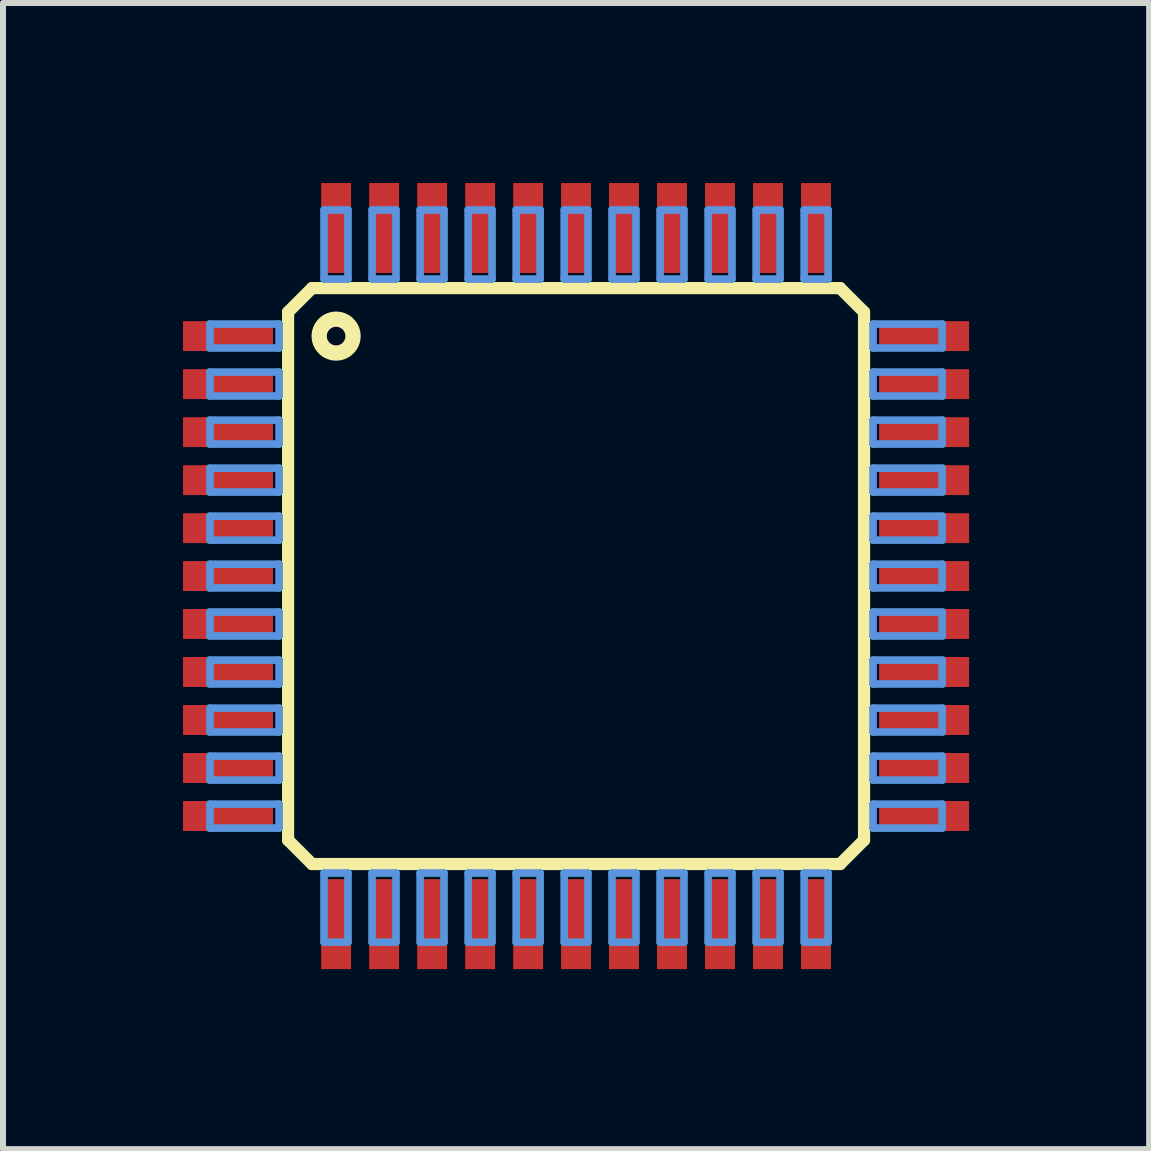
<source format=kicad_pcb>
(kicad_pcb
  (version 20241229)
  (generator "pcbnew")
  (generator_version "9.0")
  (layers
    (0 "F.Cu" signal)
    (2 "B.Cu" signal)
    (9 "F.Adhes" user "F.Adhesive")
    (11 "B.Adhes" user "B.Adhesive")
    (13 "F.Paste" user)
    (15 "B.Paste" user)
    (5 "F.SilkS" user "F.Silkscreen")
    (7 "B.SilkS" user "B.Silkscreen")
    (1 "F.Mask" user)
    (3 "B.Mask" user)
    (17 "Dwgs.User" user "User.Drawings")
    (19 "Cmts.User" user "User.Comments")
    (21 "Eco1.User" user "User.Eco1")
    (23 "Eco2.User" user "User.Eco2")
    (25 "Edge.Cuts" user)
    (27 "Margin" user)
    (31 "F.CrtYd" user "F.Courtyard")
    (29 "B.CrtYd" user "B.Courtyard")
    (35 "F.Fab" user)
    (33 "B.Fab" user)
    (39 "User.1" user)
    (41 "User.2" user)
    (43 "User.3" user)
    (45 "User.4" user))
  (footprint "TQFP-44"
    (layer "F.Cu")
    (at 6.548 6.548)
    (property "Reference" "TQFP-44" (at -3.251 -2.591 0) (layer "Eco1.User") (effects (font (size 0.406 0.406) (thickness 0.03))))
    (attr through_hole)
    (fp_line (start -4.798 -4.399) (end -4.399 -4.798) (stroke (width 0.203) (type solid)) (layer "F.SilkS"))
    (fp_line (start -4.798 4.399) (end -4.798 -4.399) (stroke (width 0.203) (type solid)) (layer "F.SilkS"))
    (fp_line (start -4.399 -4.798) (end 4.399 -4.798) (stroke (width 0.203) (type solid)) (layer "F.SilkS"))
    (fp_line (start -4.399 4.798) (end -4.798 4.399) (stroke (width 0.203) (type solid)) (layer "F.SilkS"))
    (fp_line (start 4.399 -4.798) (end 4.798 -4.399) (stroke (width 0.203) (type solid)) (layer "F.SilkS"))
    (fp_line (start 4.399 4.798) (end -4.399 4.798) (stroke (width 0.203) (type solid)) (layer "F.SilkS"))
    (fp_line (start 4.798 -4.399) (end 4.798 4.399) (stroke (width 0.203) (type solid)) (layer "F.SilkS"))
    (fp_line (start 4.798 4.399) (end 4.399 4.798) (stroke (width 0.203) (type solid)) (layer "F.SilkS"))
    (fp_circle (center -3.998 -3.998) (end -3.716 -3.998) (stroke (width 0.254) (type solid)) (fill no) (layer "F.SilkS"))
    (fp_line (start -6.099 -4.199) (end -6.099 -3.8) (stroke (width 0.127) (type solid)) (layer "Cmts.User"))
    (fp_line (start -6.099 -3.8) (end -4.948 -3.8) (stroke (width 0.127) (type solid)) (layer "Cmts.User"))
    (fp_line (start -6.099 -3.399) (end -6.099 -3) (stroke (width 0.127) (type solid)) (layer "Cmts.User"))
    (fp_line (start -6.099 -3) (end -4.948 -3) (stroke (width 0.127) (type solid)) (layer "Cmts.User"))
    (fp_line (start -6.099 -2.598) (end -6.099 -2.2) (stroke (width 0.127) (type solid)) (layer "Cmts.User"))
    (fp_line (start -6.099 -2.2) (end -4.948 -2.2) (stroke (width 0.127) (type solid)) (layer "Cmts.User"))
    (fp_line (start -6.099 -1.798) (end -6.099 -1.4) (stroke (width 0.127) (type solid)) (layer "Cmts.User"))
    (fp_line (start -6.099 -1.4) (end -4.948 -1.4) (stroke (width 0.127) (type solid)) (layer "Cmts.User"))
    (fp_line (start -6.099 -0.998) (end -6.099 -0.599) (stroke (width 0.127) (type solid)) (layer "Cmts.User"))
    (fp_line (start -6.099 -0.599) (end -4.948 -0.599) (stroke (width 0.127) (type solid)) (layer "Cmts.User"))
    (fp_line (start -6.099 -0.198) (end -6.099 0.198) (stroke (width 0.127) (type solid)) (layer "Cmts.User"))
    (fp_line (start -6.099 0.198) (end -4.948 0.198) (stroke (width 0.127) (type solid)) (layer "Cmts.User"))
    (fp_line (start -6.099 0.599) (end -6.099 0.998) (stroke (width 0.127) (type solid)) (layer "Cmts.User"))
    (fp_line (start -6.099 0.998) (end -4.948 0.998) (stroke (width 0.127) (type solid)) (layer "Cmts.User"))
    (fp_line (start -6.099 1.4) (end -6.099 1.798) (stroke (width 0.127) (type solid)) (layer "Cmts.User"))
    (fp_line (start -6.099 1.798) (end -4.948 1.798) (stroke (width 0.127) (type solid)) (layer "Cmts.User"))
    (fp_line (start -6.099 2.2) (end -6.099 2.598) (stroke (width 0.127) (type solid)) (layer "Cmts.User"))
    (fp_line (start -6.099 2.598) (end -4.948 2.598) (stroke (width 0.127) (type solid)) (layer "Cmts.User"))
    (fp_line (start -6.099 3) (end -6.099 3.399) (stroke (width 0.127) (type solid)) (layer "Cmts.User"))
    (fp_line (start -6.099 3.399) (end -4.948 3.399) (stroke (width 0.127) (type solid)) (layer "Cmts.User"))
    (fp_line (start -6.099 3.8) (end -6.099 4.199) (stroke (width 0.127) (type solid)) (layer "Cmts.User"))
    (fp_line (start -6.099 4.199) (end -4.948 4.199) (stroke (width 0.127) (type solid)) (layer "Cmts.User"))
    (fp_line (start -4.948 -4.199) (end -6.099 -4.199) (stroke (width 0.127) (type solid)) (layer "Cmts.User"))
    (fp_line (start -4.948 -3.8) (end -4.948 -4.199) (stroke (width 0.127) (type solid)) (layer "Cmts.User"))
    (fp_line (start -4.948 -3.399) (end -6.099 -3.399) (stroke (width 0.127) (type solid)) (layer "Cmts.User"))
    (fp_line (start -4.948 -3) (end -4.948 -3.399) (stroke (width 0.127) (type solid)) (layer "Cmts.User"))
    (fp_line (start -4.948 -2.598) (end -6.099 -2.598) (stroke (width 0.127) (type solid)) (layer "Cmts.User"))
    (fp_line (start -4.948 -2.2) (end -4.948 -2.598) (stroke (width 0.127) (type solid)) (layer "Cmts.User"))
    (fp_line (start -4.948 -1.798) (end -6.099 -1.798) (stroke (width 0.127) (type solid)) (layer "Cmts.User"))
    (fp_line (start -4.948 -1.4) (end -4.948 -1.798) (stroke (width 0.127) (type solid)) (layer "Cmts.User"))
    (fp_line (start -4.948 -0.998) (end -6.099 -0.998) (stroke (width 0.127) (type solid)) (layer "Cmts.User"))
    (fp_line (start -4.948 -0.599) (end -4.948 -0.998) (stroke (width 0.127) (type solid)) (layer "Cmts.User"))
    (fp_line (start -4.948 -0.198) (end -6.099 -0.198) (stroke (width 0.127) (type solid)) (layer "Cmts.User"))
    (fp_line (start -4.948 0.198) (end -4.948 -0.198) (stroke (width 0.127) (type solid)) (layer "Cmts.User"))
    (fp_line (start -4.948 0.599) (end -6.099 0.599) (stroke (width 0.127) (type solid)) (layer "Cmts.User"))
    (fp_line (start -4.948 0.998) (end -4.948 0.599) (stroke (width 0.127) (type solid)) (layer "Cmts.User"))
    (fp_line (start -4.948 1.4) (end -6.099 1.4) (stroke (width 0.127) (type solid)) (layer "Cmts.User"))
    (fp_line (start -4.948 1.798) (end -4.948 1.4) (stroke (width 0.127) (type solid)) (layer "Cmts.User"))
    (fp_line (start -4.948 2.2) (end -6.099 2.2) (stroke (width 0.127) (type solid)) (layer "Cmts.User"))
    (fp_line (start -4.948 2.598) (end -4.948 2.2) (stroke (width 0.127) (type solid)) (layer "Cmts.User"))
    (fp_line (start -4.948 3) (end -6.099 3) (stroke (width 0.127) (type solid)) (layer "Cmts.User"))
    (fp_line (start -4.948 3.399) (end -4.948 3) (stroke (width 0.127) (type solid)) (layer "Cmts.User"))
    (fp_line (start -4.948 3.8) (end -6.099 3.8) (stroke (width 0.127) (type solid)) (layer "Cmts.User"))
    (fp_line (start -4.948 4.199) (end -4.948 3.8) (stroke (width 0.127) (type solid)) (layer "Cmts.User"))
    (fp_line (start -4.199 -6.099) (end -4.199 -4.948) (stroke (width 0.127) (type solid)) (layer "Cmts.User"))
    (fp_line (start -4.199 -4.948) (end -3.8 -4.948) (stroke (width 0.127) (type solid)) (layer "Cmts.User"))
    (fp_line (start -4.199 4.948) (end -4.199 6.099) (stroke (width 0.127) (type solid)) (layer "Cmts.User"))
    (fp_line (start -4.199 6.099) (end -3.8 6.099) (stroke (width 0.127) (type solid)) (layer "Cmts.User"))
    (fp_line (start -3.8 -6.099) (end -4.199 -6.099) (stroke (width 0.127) (type solid)) (layer "Cmts.User"))
    (fp_line (start -3.8 -4.948) (end -3.8 -6.099) (stroke (width 0.127) (type solid)) (layer "Cmts.User"))
    (fp_line (start -3.8 4.948) (end -4.199 4.948) (stroke (width 0.127) (type solid)) (layer "Cmts.User"))
    (fp_line (start -3.8 6.099) (end -3.8 4.948) (stroke (width 0.127) (type solid)) (layer "Cmts.User"))
    (fp_line (start -3.399 -6.099) (end -3.399 -4.948) (stroke (width 0.127) (type solid)) (layer "Cmts.User"))
    (fp_line (start -3.399 -4.948) (end -3 -4.948) (stroke (width 0.127) (type solid)) (layer "Cmts.User"))
    (fp_line (start -3.399 4.948) (end -3.399 6.099) (stroke (width 0.127) (type solid)) (layer "Cmts.User"))
    (fp_line (start -3.399 6.099) (end -3 6.099) (stroke (width 0.127) (type solid)) (layer "Cmts.User"))
    (fp_line (start -3 -6.099) (end -3.399 -6.099) (stroke (width 0.127) (type solid)) (layer "Cmts.User"))
    (fp_line (start -3 -4.948) (end -3 -6.099) (stroke (width 0.127) (type solid)) (layer "Cmts.User"))
    (fp_line (start -3 4.948) (end -3.399 4.948) (stroke (width 0.127) (type solid)) (layer "Cmts.User"))
    (fp_line (start -3 6.099) (end -3 4.948) (stroke (width 0.127) (type solid)) (layer "Cmts.User"))
    (fp_line (start -2.598 -6.099) (end -2.598 -4.948) (stroke (width 0.127) (type solid)) (layer "Cmts.User"))
    (fp_line (start -2.598 -4.948) (end -2.2 -4.948) (stroke (width 0.127) (type solid)) (layer "Cmts.User"))
    (fp_line (start -2.598 4.948) (end -2.598 6.099) (stroke (width 0.127) (type solid)) (layer "Cmts.User"))
    (fp_line (start -2.598 6.099) (end -2.2 6.099) (stroke (width 0.127) (type solid)) (layer "Cmts.User"))
    (fp_line (start -2.2 -6.099) (end -2.598 -6.099) (stroke (width 0.127) (type solid)) (layer "Cmts.User"))
    (fp_line (start -2.2 -4.948) (end -2.2 -6.099) (stroke (width 0.127) (type solid)) (layer "Cmts.User"))
    (fp_line (start -2.2 4.948) (end -2.598 4.948) (stroke (width 0.127) (type solid)) (layer "Cmts.User"))
    (fp_line (start -2.2 6.099) (end -2.2 4.948) (stroke (width 0.127) (type solid)) (layer "Cmts.User"))
    (fp_line (start -1.798 -6.099) (end -1.798 -4.948) (stroke (width 0.127) (type solid)) (layer "Cmts.User"))
    (fp_line (start -1.798 -4.948) (end -1.4 -4.948) (stroke (width 0.127) (type solid)) (layer "Cmts.User"))
    (fp_line (start -1.798 4.948) (end -1.798 6.099) (stroke (width 0.127) (type solid)) (layer "Cmts.User"))
    (fp_line (start -1.798 6.099) (end -1.4 6.099) (stroke (width 0.127) (type solid)) (layer "Cmts.User"))
    (fp_line (start -1.4 -6.099) (end -1.798 -6.099) (stroke (width 0.127) (type solid)) (layer "Cmts.User"))
    (fp_line (start -1.4 -4.948) (end -1.4 -6.099) (stroke (width 0.127) (type solid)) (layer "Cmts.User"))
    (fp_line (start -1.4 4.948) (end -1.798 4.948) (stroke (width 0.127) (type solid)) (layer "Cmts.User"))
    (fp_line (start -1.4 6.099) (end -1.4 4.948) (stroke (width 0.127) (type solid)) (layer "Cmts.User"))
    (fp_line (start -0.998 -6.099) (end -0.998 -4.948) (stroke (width 0.127) (type solid)) (layer "Cmts.User"))
    (fp_line (start -0.998 -4.948) (end -0.599 -4.948) (stroke (width 0.127) (type solid)) (layer "Cmts.User"))
    (fp_line (start -0.998 4.948) (end -0.998 6.099) (stroke (width 0.127) (type solid)) (layer "Cmts.User"))
    (fp_line (start -0.998 6.099) (end -0.599 6.099) (stroke (width 0.127) (type solid)) (layer "Cmts.User"))
    (fp_line (start -0.599 -6.099) (end -0.998 -6.099) (stroke (width 0.127) (type solid)) (layer "Cmts.User"))
    (fp_line (start -0.599 -4.948) (end -0.599 -6.099) (stroke (width 0.127) (type solid)) (layer "Cmts.User"))
    (fp_line (start -0.599 4.948) (end -0.998 4.948) (stroke (width 0.127) (type solid)) (layer "Cmts.User"))
    (fp_line (start -0.599 6.099) (end -0.599 4.948) (stroke (width 0.127) (type solid)) (layer "Cmts.User"))
    (fp_line (start -0.198 -6.099) (end -0.198 -4.948) (stroke (width 0.127) (type solid)) (layer "Cmts.User"))
    (fp_line (start -0.198 -4.948) (end 0.198 -4.948) (stroke (width 0.127) (type solid)) (layer "Cmts.User"))
    (fp_line (start -0.198 4.948) (end -0.198 6.099) (stroke (width 0.127) (type solid)) (layer "Cmts.User"))
    (fp_line (start -0.198 6.099) (end 0.198 6.099) (stroke (width 0.127) (type solid)) (layer "Cmts.User"))
    (fp_line (start 0.198 -6.099) (end -0.198 -6.099) (stroke (width 0.127) (type solid)) (layer "Cmts.User"))
    (fp_line (start 0.198 -4.948) (end 0.198 -6.099) (stroke (width 0.127) (type solid)) (layer "Cmts.User"))
    (fp_line (start 0.198 4.948) (end -0.198 4.948) (stroke (width 0.127) (type solid)) (layer "Cmts.User"))
    (fp_line (start 0.198 6.099) (end 0.198 4.948) (stroke (width 0.127) (type solid)) (layer "Cmts.User"))
    (fp_line (start 0.599 -6.099) (end 0.599 -4.948) (stroke (width 0.127) (type solid)) (layer "Cmts.User"))
    (fp_line (start 0.599 -4.948) (end 0.998 -4.948) (stroke (width 0.127) (type solid)) (layer "Cmts.User"))
    (fp_line (start 0.599 4.948) (end 0.599 6.099) (stroke (width 0.127) (type solid)) (layer "Cmts.User"))
    (fp_line (start 0.599 6.099) (end 0.998 6.099) (stroke (width 0.127) (type solid)) (layer "Cmts.User"))
    (fp_line (start 0.998 -6.099) (end 0.599 -6.099) (stroke (width 0.127) (type solid)) (layer "Cmts.User"))
    (fp_line (start 0.998 -4.948) (end 0.998 -6.099) (stroke (width 0.127) (type solid)) (layer "Cmts.User"))
    (fp_line (start 0.998 4.948) (end 0.599 4.948) (stroke (width 0.127) (type solid)) (layer "Cmts.User"))
    (fp_line (start 0.998 6.099) (end 0.998 4.948) (stroke (width 0.127) (type solid)) (layer "Cmts.User"))
    (fp_line (start 1.4 -6.099) (end 1.4 -4.948) (stroke (width 0.127) (type solid)) (layer "Cmts.User"))
    (fp_line (start 1.4 -4.948) (end 1.798 -4.948) (stroke (width 0.127) (type solid)) (layer "Cmts.User"))
    (fp_line (start 1.4 4.948) (end 1.4 6.099) (stroke (width 0.127) (type solid)) (layer "Cmts.User"))
    (fp_line (start 1.4 6.099) (end 1.798 6.099) (stroke (width 0.127) (type solid)) (layer "Cmts.User"))
    (fp_line (start 1.798 -6.099) (end 1.4 -6.099) (stroke (width 0.127) (type solid)) (layer "Cmts.User"))
    (fp_line (start 1.798 -4.948) (end 1.798 -6.099) (stroke (width 0.127) (type solid)) (layer "Cmts.User"))
    (fp_line (start 1.798 4.948) (end 1.4 4.948) (stroke (width 0.127) (type solid)) (layer "Cmts.User"))
    (fp_line (start 1.798 6.099) (end 1.798 4.948) (stroke (width 0.127) (type solid)) (layer "Cmts.User"))
    (fp_line (start 2.2 -6.099) (end 2.2 -4.948) (stroke (width 0.127) (type solid)) (layer "Cmts.User"))
    (fp_line (start 2.2 -4.948) (end 2.598 -4.948) (stroke (width 0.127) (type solid)) (layer "Cmts.User"))
    (fp_line (start 2.2 4.948) (end 2.2 6.099) (stroke (width 0.127) (type solid)) (layer "Cmts.User"))
    (fp_line (start 2.2 6.099) (end 2.598 6.099) (stroke (width 0.127) (type solid)) (layer "Cmts.User"))
    (fp_line (start 2.598 -6.099) (end 2.2 -6.099) (stroke (width 0.127) (type solid)) (layer "Cmts.User"))
    (fp_line (start 2.598 -4.948) (end 2.598 -6.099) (stroke (width 0.127) (type solid)) (layer "Cmts.User"))
    (fp_line (start 2.598 4.948) (end 2.2 4.948) (stroke (width 0.127) (type solid)) (layer "Cmts.User"))
    (fp_line (start 2.598 6.099) (end 2.598 4.948) (stroke (width 0.127) (type solid)) (layer "Cmts.User"))
    (fp_line (start 3 -6.099) (end 3 -4.948) (stroke (width 0.127) (type solid)) (layer "Cmts.User"))
    (fp_line (start 3 -4.948) (end 3.399 -4.948) (stroke (width 0.127) (type solid)) (layer "Cmts.User"))
    (fp_line (start 3 4.948) (end 3 6.099) (stroke (width 0.127) (type solid)) (layer "Cmts.User"))
    (fp_line (start 3 6.099) (end 3.399 6.099) (stroke (width 0.127) (type solid)) (layer "Cmts.User"))
    (fp_line (start 3.399 -6.099) (end 3 -6.099) (stroke (width 0.127) (type solid)) (layer "Cmts.User"))
    (fp_line (start 3.399 -4.948) (end 3.399 -6.099) (stroke (width 0.127) (type solid)) (layer "Cmts.User"))
    (fp_line (start 3.399 4.948) (end 3 4.948) (stroke (width 0.127) (type solid)) (layer "Cmts.User"))
    (fp_line (start 3.399 6.099) (end 3.399 4.948) (stroke (width 0.127) (type solid)) (layer "Cmts.User"))
    (fp_line (start 3.8 -6.099) (end 3.8 -4.948) (stroke (width 0.127) (type solid)) (layer "Cmts.User"))
    (fp_line (start 3.8 -4.948) (end 4.199 -4.948) (stroke (width 0.127) (type solid)) (layer "Cmts.User"))
    (fp_line (start 3.8 4.948) (end 3.8 6.099) (stroke (width 0.127) (type solid)) (layer "Cmts.User"))
    (fp_line (start 3.8 6.099) (end 4.199 6.099) (stroke (width 0.127) (type solid)) (layer "Cmts.User"))
    (fp_line (start 4.199 -6.099) (end 3.8 -6.099) (stroke (width 0.127) (type solid)) (layer "Cmts.User"))
    (fp_line (start 4.199 -4.948) (end 4.199 -6.099) (stroke (width 0.127) (type solid)) (layer "Cmts.User"))
    (fp_line (start 4.199 4.948) (end 3.8 4.948) (stroke (width 0.127) (type solid)) (layer "Cmts.User"))
    (fp_line (start 4.199 6.099) (end 4.199 4.948) (stroke (width 0.127) (type solid)) (layer "Cmts.User"))
    (fp_line (start 4.948 -4.199) (end 4.948 -3.8) (stroke (width 0.127) (type solid)) (layer "Cmts.User"))
    (fp_line (start 4.948 -3.8) (end 6.099 -3.8) (stroke (width 0.127) (type solid)) (layer "Cmts.User"))
    (fp_line (start 4.948 -3.399) (end 4.948 -3) (stroke (width 0.127) (type solid)) (layer "Cmts.User"))
    (fp_line (start 4.948 -3) (end 6.099 -3) (stroke (width 0.127) (type solid)) (layer "Cmts.User"))
    (fp_line (start 4.948 -2.598) (end 4.948 -2.2) (stroke (width 0.127) (type solid)) (layer "Cmts.User"))
    (fp_line (start 4.948 -2.2) (end 6.099 -2.2) (stroke (width 0.127) (type solid)) (layer "Cmts.User"))
    (fp_line (start 4.948 -1.798) (end 4.948 -1.4) (stroke (width 0.127) (type solid)) (layer "Cmts.User"))
    (fp_line (start 4.948 -1.4) (end 6.099 -1.4) (stroke (width 0.127) (type solid)) (layer "Cmts.User"))
    (fp_line (start 4.948 -0.998) (end 4.948 -0.599) (stroke (width 0.127) (type solid)) (layer "Cmts.User"))
    (fp_line (start 4.948 -0.599) (end 6.099 -0.599) (stroke (width 0.127) (type solid)) (layer "Cmts.User"))
    (fp_line (start 4.948 -0.198) (end 4.948 0.198) (stroke (width 0.127) (type solid)) (layer "Cmts.User"))
    (fp_line (start 4.948 0.198) (end 6.099 0.198) (stroke (width 0.127) (type solid)) (layer "Cmts.User"))
    (fp_line (start 4.948 0.599) (end 4.948 0.998) (stroke (width 0.127) (type solid)) (layer "Cmts.User"))
    (fp_line (start 4.948 0.998) (end 6.099 0.998) (stroke (width 0.127) (type solid)) (layer "Cmts.User"))
    (fp_line (start 4.948 1.4) (end 4.948 1.798) (stroke (width 0.127) (type solid)) (layer "Cmts.User"))
    (fp_line (start 4.948 1.798) (end 6.099 1.798) (stroke (width 0.127) (type solid)) (layer "Cmts.User"))
    (fp_line (start 4.948 2.2) (end 4.948 2.598) (stroke (width 0.127) (type solid)) (layer "Cmts.User"))
    (fp_line (start 4.948 2.598) (end 6.099 2.598) (stroke (width 0.127) (type solid)) (layer "Cmts.User"))
    (fp_line (start 4.948 3) (end 4.948 3.399) (stroke (width 0.127) (type solid)) (layer "Cmts.User"))
    (fp_line (start 4.948 3.399) (end 6.099 3.399) (stroke (width 0.127) (type solid)) (layer "Cmts.User"))
    (fp_line (start 4.948 3.8) (end 4.948 4.199) (stroke (width 0.127) (type solid)) (layer "Cmts.User"))
    (fp_line (start 4.948 4.199) (end 6.099 4.199) (stroke (width 0.127) (type solid)) (layer "Cmts.User"))
    (fp_line (start 6.099 -4.199) (end 4.948 -4.199) (stroke (width 0.127) (type solid)) (layer "Cmts.User"))
    (fp_line (start 6.099 -3.8) (end 6.099 -4.199) (stroke (width 0.127) (type solid)) (layer "Cmts.User"))
    (fp_line (start 6.099 -3.399) (end 4.948 -3.399) (stroke (width 0.127) (type solid)) (layer "Cmts.User"))
    (fp_line (start 6.099 -3) (end 6.099 -3.399) (stroke (width 0.127) (type solid)) (layer "Cmts.User"))
    (fp_line (start 6.099 -2.598) (end 4.948 -2.598) (stroke (width 0.127) (type solid)) (layer "Cmts.User"))
    (fp_line (start 6.099 -2.2) (end 6.099 -2.598) (stroke (width 0.127) (type solid)) (layer "Cmts.User"))
    (fp_line (start 6.099 -1.798) (end 4.948 -1.798) (stroke (width 0.127) (type solid)) (layer "Cmts.User"))
    (fp_line (start 6.099 -1.4) (end 6.099 -1.798) (stroke (width 0.127) (type solid)) (layer "Cmts.User"))
    (fp_line (start 6.099 -0.998) (end 4.948 -0.998) (stroke (width 0.127) (type solid)) (layer "Cmts.User"))
    (fp_line (start 6.099 -0.599) (end 6.099 -0.998) (stroke (width 0.127) (type solid)) (layer "Cmts.User"))
    (fp_line (start 6.099 -0.198) (end 4.948 -0.198) (stroke (width 0.127) (type solid)) (layer "Cmts.User"))
    (fp_line (start 6.099 0.198) (end 6.099 -0.198) (stroke (width 0.127) (type solid)) (layer "Cmts.User"))
    (fp_line (start 6.099 0.599) (end 4.948 0.599) (stroke (width 0.127) (type solid)) (layer "Cmts.User"))
    (fp_line (start 6.099 0.998) (end 6.099 0.599) (stroke (width 0.127) (type solid)) (layer "Cmts.User"))
    (fp_line (start 6.099 1.4) (end 4.948 1.4) (stroke (width 0.127) (type solid)) (layer "Cmts.User"))
    (fp_line (start 6.099 1.798) (end 6.099 1.4) (stroke (width 0.127) (type solid)) (layer "Cmts.User"))
    (fp_line (start 6.099 2.2) (end 4.948 2.2) (stroke (width 0.127) (type solid)) (layer "Cmts.User"))
    (fp_line (start 6.099 2.598) (end 6.099 2.2) (stroke (width 0.127) (type solid)) (layer "Cmts.User"))
    (fp_line (start 6.099 3) (end 4.948 3) (stroke (width 0.127) (type solid)) (layer "Cmts.User"))
    (fp_line (start 6.099 3.399) (end 6.099 3) (stroke (width 0.127) (type solid)) (layer "Cmts.User"))
    (fp_line (start 6.099 3.8) (end 4.948 3.8) (stroke (width 0.127) (type solid)) (layer "Cmts.User"))
    (fp_line (start 6.099 4.199) (end 6.099 3.8) (stroke (width 0.127) (type solid)) (layer "Cmts.User"))
    (pad "1" smd rect (at -5.799 -3.998) (size 1.499 0.498) (layers "F.Cu" "F.Mask" "F.Paste"))
    (pad "2" smd rect (at -5.799 -3.198) (size 1.499 0.498) (layers "F.Cu" "F.Mask" "F.Paste"))
    (pad "3" smd rect (at -5.799 -2.398) (size 1.499 0.498) (layers "F.Cu" "F.Mask" "F.Paste"))
    (pad "4" smd rect (at -5.799 -1.598) (size 1.499 0.498) (layers "F.Cu" "F.Mask" "F.Paste"))
    (pad "5" smd rect (at -5.799 -0.798) (size 1.499 0.498) (layers "F.Cu" "F.Mask" "F.Paste"))
    (pad "6" smd rect (at -5.799 0) (size 1.499 0.498) (layers "F.Cu" "F.Mask" "F.Paste"))
    (pad "7" smd rect (at -5.799 0.798) (size 1.499 0.498) (layers "F.Cu" "F.Mask" "F.Paste"))
    (pad "8" smd rect (at -5.799 1.598) (size 1.499 0.498) (layers "F.Cu" "F.Mask" "F.Paste"))
    (pad "9" smd rect (at -5.799 2.398) (size 1.499 0.498) (layers "F.Cu" "F.Mask" "F.Paste"))
    (pad "10" smd rect (at -5.799 3.198) (size 1.499 0.498) (layers "F.Cu" "F.Mask" "F.Paste"))
    (pad "11" smd rect (at -5.799 3.998) (size 1.499 0.498) (layers "F.Cu" "F.Mask" "F.Paste"))
    (pad "12" smd rect (at -3.998 5.799) (size 0.498 1.499) (layers "F.Cu" "F.Mask" "F.Paste"))
    (pad "13" smd rect (at -3.198 5.799) (size 0.498 1.499) (layers "F.Cu" "F.Mask" "F.Paste"))
    (pad "14" smd rect (at -2.398 5.799) (size 0.498 1.499) (layers "F.Cu" "F.Mask" "F.Paste"))
    (pad "15" smd rect (at -1.598 5.799) (size 0.498 1.499) (layers "F.Cu" "F.Mask" "F.Paste"))
    (pad "16" smd rect (at -0.798 5.799) (size 0.498 1.499) (layers "F.Cu" "F.Mask" "F.Paste"))
    (pad "17" smd rect (at 0 5.799) (size 0.498 1.499) (layers "F.Cu" "F.Mask" "F.Paste"))
    (pad "18" smd rect (at 0.798 5.799) (size 0.498 1.499) (layers "F.Cu" "F.Mask" "F.Paste"))
    (pad "19" smd rect (at 1.598 5.799) (size 0.498 1.499) (layers "F.Cu" "F.Mask" "F.Paste"))
    (pad "20" smd rect (at 2.398 5.799) (size 0.498 1.499) (layers "F.Cu" "F.Mask" "F.Paste"))
    (pad "21" smd rect (at 3.198 5.799) (size 0.498 1.499) (layers "F.Cu" "F.Mask" "F.Paste"))
    (pad "22" smd rect (at 3.998 5.799) (size 0.498 1.499) (layers "F.Cu" "F.Mask" "F.Paste"))
    (pad "23" smd rect (at 5.799 3.998) (size 1.499 0.498) (layers "F.Cu" "F.Mask" "F.Paste"))
    (pad "24" smd rect (at 5.799 3.198) (size 1.499 0.498) (layers "F.Cu" "F.Mask" "F.Paste"))
    (pad "25" smd rect (at 5.799 2.398) (size 1.499 0.498) (layers "F.Cu" "F.Mask" "F.Paste"))
    (pad "26" smd rect (at 5.799 1.598) (size 1.499 0.498) (layers "F.Cu" "F.Mask" "F.Paste"))
    (pad "27" smd rect (at 5.799 0.798) (size 1.499 0.498) (layers "F.Cu" "F.Mask" "F.Paste"))
    (pad "28" smd rect (at 5.799 0) (size 1.499 0.498) (layers "F.Cu" "F.Mask" "F.Paste"))
    (pad "29" smd rect (at 5.799 -0.798) (size 1.499 0.498) (layers "F.Cu" "F.Mask" "F.Paste"))
    (pad "30" smd rect (at 5.799 -1.598) (size 1.499 0.498) (layers "F.Cu" "F.Mask" "F.Paste"))
    (pad "31" smd rect (at 5.799 -2.398) (size 1.499 0.498) (layers "F.Cu" "F.Mask" "F.Paste"))
    (pad "32" smd rect (at 5.799 -3.198) (size 1.499 0.498) (layers "F.Cu" "F.Mask" "F.Paste"))
    (pad "33" smd rect (at 5.799 -3.998) (size 1.499 0.498) (layers "F.Cu" "F.Mask" "F.Paste"))
    (pad "34" smd rect (at 3.998 -5.799) (size 0.498 1.499) (layers "F.Cu" "F.Mask" "F.Paste"))
    (pad "35" smd rect (at 3.198 -5.799) (size 0.498 1.499) (layers "F.Cu" "F.Mask" "F.Paste"))
    (pad "36" smd rect (at 2.398 -5.799) (size 0.498 1.499) (layers "F.Cu" "F.Mask" "F.Paste"))
    (pad "37" smd rect (at 1.598 -5.799) (size 0.498 1.499) (layers "F.Cu" "F.Mask" "F.Paste"))
    (pad "38" smd rect (at 0.798 -5.799) (size 0.498 1.499) (layers "F.Cu" "F.Mask" "F.Paste"))
    (pad "39" smd rect (at 0 -5.799) (size 0.498 1.499) (layers "F.Cu" "F.Mask" "F.Paste"))
    (pad "40" smd rect (at -0.798 -5.799) (size 0.498 1.499) (layers "F.Cu" "F.Mask" "F.Paste"))
    (pad "41" smd rect (at -1.598 -5.799) (size 0.498 1.499) (layers "F.Cu" "F.Mask" "F.Paste"))
    (pad "42" smd rect (at -2.398 -5.799) (size 0.498 1.499) (layers "F.Cu" "F.Mask" "F.Paste"))
    (pad "43" smd rect (at -3.198 -5.799) (size 0.498 1.499) (layers "F.Cu" "F.Mask" "F.Paste"))
    (pad "44" smd rect (at -3.998 -5.799) (size 0.498 1.499) (layers "F.Cu" "F.Mask" "F.Paste")))
  (gr_rect
    (start -3 -3)
    (end 16.096 16.096)
    (stroke (width 0.1) (type default))
    (fill no)
    (layer "Edge.Cuts")))
</source>
